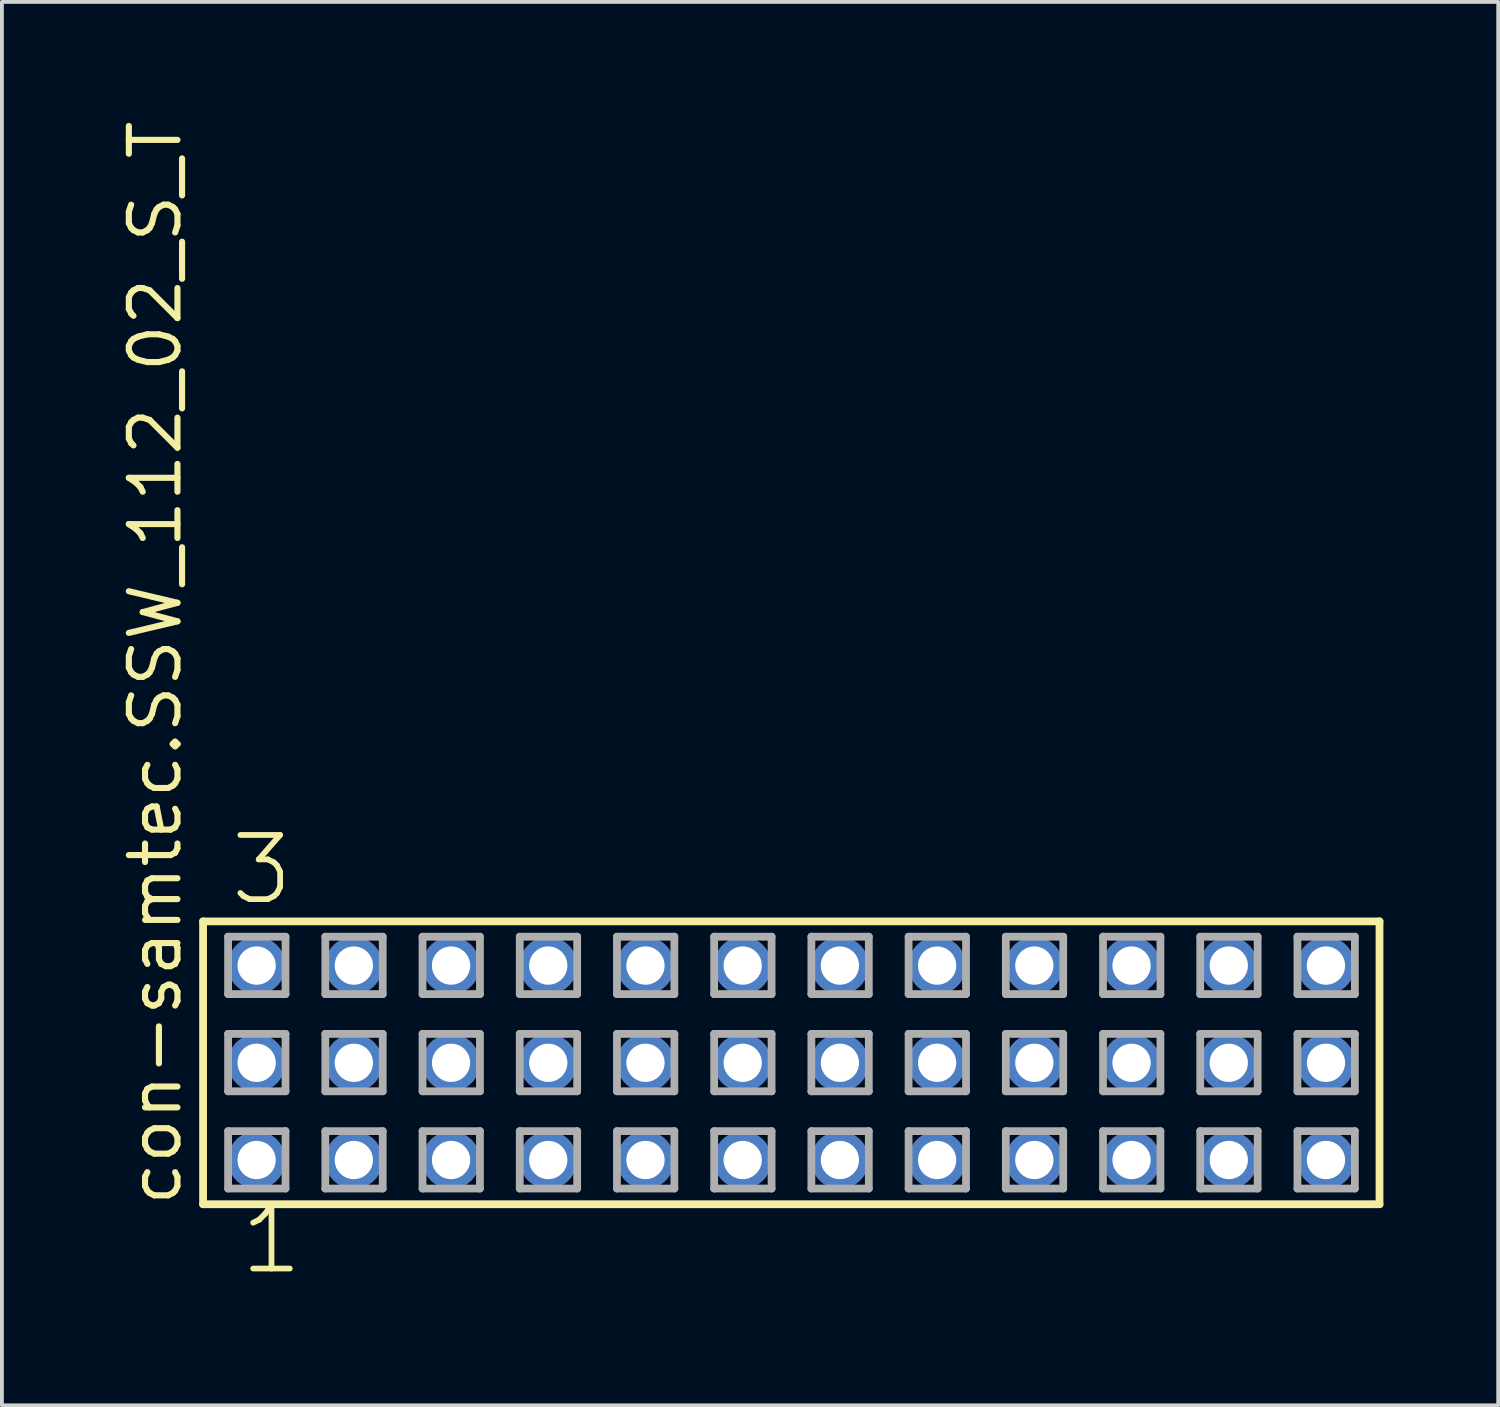
<source format=kicad_pcb>
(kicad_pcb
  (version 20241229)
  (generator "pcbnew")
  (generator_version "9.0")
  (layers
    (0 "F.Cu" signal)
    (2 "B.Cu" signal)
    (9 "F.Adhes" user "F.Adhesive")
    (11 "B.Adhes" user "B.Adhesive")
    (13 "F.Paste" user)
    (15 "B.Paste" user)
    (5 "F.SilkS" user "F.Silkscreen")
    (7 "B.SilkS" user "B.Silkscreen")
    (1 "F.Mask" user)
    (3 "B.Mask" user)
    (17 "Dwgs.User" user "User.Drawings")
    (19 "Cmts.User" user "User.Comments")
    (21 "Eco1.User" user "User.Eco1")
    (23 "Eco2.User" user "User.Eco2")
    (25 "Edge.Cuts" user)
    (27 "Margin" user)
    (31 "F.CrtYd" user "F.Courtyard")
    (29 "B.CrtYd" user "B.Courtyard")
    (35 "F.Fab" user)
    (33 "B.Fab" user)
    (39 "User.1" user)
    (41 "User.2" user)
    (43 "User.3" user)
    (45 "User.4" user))
  (footprint "con-samtec.SSW_112_02_S_T"
    (layer "F.Cu")
    (at 17.625 24.719)
    (property "Reference" "con-samtec.SSW_112_02_S_T" (at -15.875 3.81 90) (layer "F.SilkS") (effects (font (size 1.27 1.27) (thickness 0.16)) (justify left bottom)))
    (attr through_hole)
    (fp_line (start -15.369 -3.695) (end 15.369 -3.695) (stroke (width 0.203) (type default)) (layer "F.SilkS"))
    (fp_line (start -15.369 3.695) (end -15.369 -3.695) (stroke (width 0.203) (type default)) (layer "F.SilkS"))
    (fp_line (start 15.369 -3.695) (end 15.369 3.695) (stroke (width 0.203) (type default)) (layer "F.SilkS"))
    (fp_line (start 15.369 3.695) (end -15.369 3.695) (stroke (width 0.203) (type default)) (layer "F.SilkS"))
    (fp_line (start -14.715 -3.295) (end -13.215 -3.295) (stroke (width 0.203) (type default)) (layer "F.Fab"))
    (fp_line (start -14.715 -1.795) (end -14.715 -3.295) (stroke (width 0.203) (type default)) (layer "F.Fab"))
    (fp_line (start -14.715 -0.755) (end -13.215 -0.755) (stroke (width 0.203) (type default)) (layer "F.Fab"))
    (fp_line (start -14.715 0.745) (end -14.715 -0.755) (stroke (width 0.203) (type default)) (layer "F.Fab"))
    (fp_line (start -14.715 1.785) (end -13.215 1.785) (stroke (width 0.203) (type default)) (layer "F.Fab"))
    (fp_line (start -14.715 3.285) (end -14.715 1.785) (stroke (width 0.203) (type default)) (layer "F.Fab"))
    (fp_line (start -13.215 -3.295) (end -13.215 -1.795) (stroke (width 0.203) (type default)) (layer "F.Fab"))
    (fp_line (start -13.215 -1.795) (end -14.715 -1.795) (stroke (width 0.203) (type default)) (layer "F.Fab"))
    (fp_line (start -13.215 -0.755) (end -13.215 0.745) (stroke (width 0.203) (type default)) (layer "F.Fab"))
    (fp_line (start -13.215 0.745) (end -14.715 0.745) (stroke (width 0.203) (type default)) (layer "F.Fab"))
    (fp_line (start -13.215 1.785) (end -13.215 3.285) (stroke (width 0.203) (type default)) (layer "F.Fab"))
    (fp_line (start -13.215 3.285) (end -14.715 3.285) (stroke (width 0.203) (type default)) (layer "F.Fab"))
    (fp_line (start -12.175 -3.295) (end -10.675 -3.295) (stroke (width 0.203) (type default)) (layer "F.Fab"))
    (fp_line (start -12.175 -1.795) (end -12.175 -3.295) (stroke (width 0.203) (type default)) (layer "F.Fab"))
    (fp_line (start -12.175 -0.755) (end -10.675 -0.755) (stroke (width 0.203) (type default)) (layer "F.Fab"))
    (fp_line (start -12.175 0.745) (end -12.175 -0.755) (stroke (width 0.203) (type default)) (layer "F.Fab"))
    (fp_line (start -12.175 1.785) (end -10.675 1.785) (stroke (width 0.203) (type default)) (layer "F.Fab"))
    (fp_line (start -12.175 3.285) (end -12.175 1.785) (stroke (width 0.203) (type default)) (layer "F.Fab"))
    (fp_line (start -10.675 -3.295) (end -10.675 -1.795) (stroke (width 0.203) (type default)) (layer "F.Fab"))
    (fp_line (start -10.675 -1.795) (end -12.175 -1.795) (stroke (width 0.203) (type default)) (layer "F.Fab"))
    (fp_line (start -10.675 -0.755) (end -10.675 0.745) (stroke (width 0.203) (type default)) (layer "F.Fab"))
    (fp_line (start -10.675 0.745) (end -12.175 0.745) (stroke (width 0.203) (type default)) (layer "F.Fab"))
    (fp_line (start -10.675 1.785) (end -10.675 3.285) (stroke (width 0.203) (type default)) (layer "F.Fab"))
    (fp_line (start -10.675 3.285) (end -12.175 3.285) (stroke (width 0.203) (type default)) (layer "F.Fab"))
    (fp_line (start -9.635 -3.295) (end -8.135 -3.295) (stroke (width 0.203) (type default)) (layer "F.Fab"))
    (fp_line (start -9.635 -1.795) (end -9.635 -3.295) (stroke (width 0.203) (type default)) (layer "F.Fab"))
    (fp_line (start -9.635 -0.755) (end -8.135 -0.755) (stroke (width 0.203) (type default)) (layer "F.Fab"))
    (fp_line (start -9.635 0.745) (end -9.635 -0.755) (stroke (width 0.203) (type default)) (layer "F.Fab"))
    (fp_line (start -9.635 1.785) (end -8.135 1.785) (stroke (width 0.203) (type default)) (layer "F.Fab"))
    (fp_line (start -9.635 3.285) (end -9.635 1.785) (stroke (width 0.203) (type default)) (layer "F.Fab"))
    (fp_line (start -8.135 -3.295) (end -8.135 -1.795) (stroke (width 0.203) (type default)) (layer "F.Fab"))
    (fp_line (start -8.135 -1.795) (end -9.635 -1.795) (stroke (width 0.203) (type default)) (layer "F.Fab"))
    (fp_line (start -8.135 -0.755) (end -8.135 0.745) (stroke (width 0.203) (type default)) (layer "F.Fab"))
    (fp_line (start -8.135 0.745) (end -9.635 0.745) (stroke (width 0.203) (type default)) (layer "F.Fab"))
    (fp_line (start -8.135 1.785) (end -8.135 3.285) (stroke (width 0.203) (type default)) (layer "F.Fab"))
    (fp_line (start -8.135 3.285) (end -9.635 3.285) (stroke (width 0.203) (type default)) (layer "F.Fab"))
    (fp_line (start -7.095 -3.295) (end -5.595 -3.295) (stroke (width 0.203) (type default)) (layer "F.Fab"))
    (fp_line (start -7.095 -1.795) (end -7.095 -3.295) (stroke (width 0.203) (type default)) (layer "F.Fab"))
    (fp_line (start -7.095 -0.755) (end -5.595 -0.755) (stroke (width 0.203) (type default)) (layer "F.Fab"))
    (fp_line (start -7.095 0.745) (end -7.095 -0.755) (stroke (width 0.203) (type default)) (layer "F.Fab"))
    (fp_line (start -7.095 1.785) (end -5.595 1.785) (stroke (width 0.203) (type default)) (layer "F.Fab"))
    (fp_line (start -7.095 3.285) (end -7.095 1.785) (stroke (width 0.203) (type default)) (layer "F.Fab"))
    (fp_line (start -5.595 -3.295) (end -5.595 -1.795) (stroke (width 0.203) (type default)) (layer "F.Fab"))
    (fp_line (start -5.595 -1.795) (end -7.095 -1.795) (stroke (width 0.203) (type default)) (layer "F.Fab"))
    (fp_line (start -5.595 -0.755) (end -5.595 0.745) (stroke (width 0.203) (type default)) (layer "F.Fab"))
    (fp_line (start -5.595 0.745) (end -7.095 0.745) (stroke (width 0.203) (type default)) (layer "F.Fab"))
    (fp_line (start -5.595 1.785) (end -5.595 3.285) (stroke (width 0.203) (type default)) (layer "F.Fab"))
    (fp_line (start -5.595 3.285) (end -7.095 3.285) (stroke (width 0.203) (type default)) (layer "F.Fab"))
    (fp_line (start -4.555 -3.295) (end -3.055 -3.295) (stroke (width 0.203) (type default)) (layer "F.Fab"))
    (fp_line (start -4.555 -1.795) (end -4.555 -3.295) (stroke (width 0.203) (type default)) (layer "F.Fab"))
    (fp_line (start -4.555 -0.755) (end -3.055 -0.755) (stroke (width 0.203) (type default)) (layer "F.Fab"))
    (fp_line (start -4.555 0.745) (end -4.555 -0.755) (stroke (width 0.203) (type default)) (layer "F.Fab"))
    (fp_line (start -4.555 1.785) (end -3.055 1.785) (stroke (width 0.203) (type default)) (layer "F.Fab"))
    (fp_line (start -4.555 3.285) (end -4.555 1.785) (stroke (width 0.203) (type default)) (layer "F.Fab"))
    (fp_line (start -3.055 -3.295) (end -3.055 -1.795) (stroke (width 0.203) (type default)) (layer "F.Fab"))
    (fp_line (start -3.055 -1.795) (end -4.555 -1.795) (stroke (width 0.203) (type default)) (layer "F.Fab"))
    (fp_line (start -3.055 -0.755) (end -3.055 0.745) (stroke (width 0.203) (type default)) (layer "F.Fab"))
    (fp_line (start -3.055 0.745) (end -4.555 0.745) (stroke (width 0.203) (type default)) (layer "F.Fab"))
    (fp_line (start -3.055 1.785) (end -3.055 3.285) (stroke (width 0.203) (type default)) (layer "F.Fab"))
    (fp_line (start -3.055 3.285) (end -4.555 3.285) (stroke (width 0.203) (type default)) (layer "F.Fab"))
    (fp_line (start -2.015 -3.295) (end -0.515 -3.295) (stroke (width 0.203) (type default)) (layer "F.Fab"))
    (fp_line (start -2.015 -1.795) (end -2.015 -3.295) (stroke (width 0.203) (type default)) (layer "F.Fab"))
    (fp_line (start -2.015 -0.755) (end -0.515 -0.755) (stroke (width 0.203) (type default)) (layer "F.Fab"))
    (fp_line (start -2.015 0.745) (end -2.015 -0.755) (stroke (width 0.203) (type default)) (layer "F.Fab"))
    (fp_line (start -2.015 1.785) (end -0.515 1.785) (stroke (width 0.203) (type default)) (layer "F.Fab"))
    (fp_line (start -2.015 3.285) (end -2.015 1.785) (stroke (width 0.203) (type default)) (layer "F.Fab"))
    (fp_line (start -0.515 -3.295) (end -0.515 -1.795) (stroke (width 0.203) (type default)) (layer "F.Fab"))
    (fp_line (start -0.515 -1.795) (end -2.015 -1.795) (stroke (width 0.203) (type default)) (layer "F.Fab"))
    (fp_line (start -0.515 -0.755) (end -0.515 0.745) (stroke (width 0.203) (type default)) (layer "F.Fab"))
    (fp_line (start -0.515 0.745) (end -2.015 0.745) (stroke (width 0.203) (type default)) (layer "F.Fab"))
    (fp_line (start -0.515 1.785) (end -0.515 3.285) (stroke (width 0.203) (type default)) (layer "F.Fab"))
    (fp_line (start -0.515 3.285) (end -2.015 3.285) (stroke (width 0.203) (type default)) (layer "F.Fab"))
    (fp_line (start 0.525 -3.295) (end 2.025 -3.295) (stroke (width 0.203) (type default)) (layer "F.Fab"))
    (fp_line (start 0.525 -1.795) (end 0.525 -3.295) (stroke (width 0.203) (type default)) (layer "F.Fab"))
    (fp_line (start 0.525 -0.755) (end 2.025 -0.755) (stroke (width 0.203) (type default)) (layer "F.Fab"))
    (fp_line (start 0.525 0.745) (end 0.525 -0.755) (stroke (width 0.203) (type default)) (layer "F.Fab"))
    (fp_line (start 0.525 1.785) (end 2.025 1.785) (stroke (width 0.203) (type default)) (layer "F.Fab"))
    (fp_line (start 0.525 3.285) (end 0.525 1.785) (stroke (width 0.203) (type default)) (layer "F.Fab"))
    (fp_line (start 2.025 -3.295) (end 2.025 -1.795) (stroke (width 0.203) (type default)) (layer "F.Fab"))
    (fp_line (start 2.025 -1.795) (end 0.525 -1.795) (stroke (width 0.203) (type default)) (layer "F.Fab"))
    (fp_line (start 2.025 -0.755) (end 2.025 0.745) (stroke (width 0.203) (type default)) (layer "F.Fab"))
    (fp_line (start 2.025 0.745) (end 0.525 0.745) (stroke (width 0.203) (type default)) (layer "F.Fab"))
    (fp_line (start 2.025 1.785) (end 2.025 3.285) (stroke (width 0.203) (type default)) (layer "F.Fab"))
    (fp_line (start 2.025 3.285) (end 0.525 3.285) (stroke (width 0.203) (type default)) (layer "F.Fab"))
    (fp_line (start 3.065 -3.295) (end 4.565 -3.295) (stroke (width 0.203) (type default)) (layer "F.Fab"))
    (fp_line (start 3.065 -1.795) (end 3.065 -3.295) (stroke (width 0.203) (type default)) (layer "F.Fab"))
    (fp_line (start 3.065 -0.755) (end 4.565 -0.755) (stroke (width 0.203) (type default)) (layer "F.Fab"))
    (fp_line (start 3.065 0.745) (end 3.065 -0.755) (stroke (width 0.203) (type default)) (layer "F.Fab"))
    (fp_line (start 3.065 1.785) (end 4.565 1.785) (stroke (width 0.203) (type default)) (layer "F.Fab"))
    (fp_line (start 3.065 3.285) (end 3.065 1.785) (stroke (width 0.203) (type default)) (layer "F.Fab"))
    (fp_line (start 4.565 -3.295) (end 4.565 -1.795) (stroke (width 0.203) (type default)) (layer "F.Fab"))
    (fp_line (start 4.565 -1.795) (end 3.065 -1.795) (stroke (width 0.203) (type default)) (layer "F.Fab"))
    (fp_line (start 4.565 -0.755) (end 4.565 0.745) (stroke (width 0.203) (type default)) (layer "F.Fab"))
    (fp_line (start 4.565 0.745) (end 3.065 0.745) (stroke (width 0.203) (type default)) (layer "F.Fab"))
    (fp_line (start 4.565 1.785) (end 4.565 3.285) (stroke (width 0.203) (type default)) (layer "F.Fab"))
    (fp_line (start 4.565 3.285) (end 3.065 3.285) (stroke (width 0.203) (type default)) (layer "F.Fab"))
    (fp_line (start 5.605 -3.295) (end 7.105 -3.295) (stroke (width 0.203) (type default)) (layer "F.Fab"))
    (fp_line (start 5.605 -1.795) (end 5.605 -3.295) (stroke (width 0.203) (type default)) (layer "F.Fab"))
    (fp_line (start 5.605 -0.755) (end 7.105 -0.755) (stroke (width 0.203) (type default)) (layer "F.Fab"))
    (fp_line (start 5.605 0.745) (end 5.605 -0.755) (stroke (width 0.203) (type default)) (layer "F.Fab"))
    (fp_line (start 5.605 1.785) (end 7.105 1.785) (stroke (width 0.203) (type default)) (layer "F.Fab"))
    (fp_line (start 5.605 3.285) (end 5.605 1.785) (stroke (width 0.203) (type default)) (layer "F.Fab"))
    (fp_line (start 7.105 -3.295) (end 7.105 -1.795) (stroke (width 0.203) (type default)) (layer "F.Fab"))
    (fp_line (start 7.105 -1.795) (end 5.605 -1.795) (stroke (width 0.203) (type default)) (layer "F.Fab"))
    (fp_line (start 7.105 -0.755) (end 7.105 0.745) (stroke (width 0.203) (type default)) (layer "F.Fab"))
    (fp_line (start 7.105 0.745) (end 5.605 0.745) (stroke (width 0.203) (type default)) (layer "F.Fab"))
    (fp_line (start 7.105 1.785) (end 7.105 3.285) (stroke (width 0.203) (type default)) (layer "F.Fab"))
    (fp_line (start 7.105 3.285) (end 5.605 3.285) (stroke (width 0.203) (type default)) (layer "F.Fab"))
    (fp_line (start 8.145 -3.295) (end 9.645 -3.295) (stroke (width 0.203) (type default)) (layer "F.Fab"))
    (fp_line (start 8.145 -1.795) (end 8.145 -3.295) (stroke (width 0.203) (type default)) (layer "F.Fab"))
    (fp_line (start 8.145 -0.755) (end 9.645 -0.755) (stroke (width 0.203) (type default)) (layer "F.Fab"))
    (fp_line (start 8.145 0.745) (end 8.145 -0.755) (stroke (width 0.203) (type default)) (layer "F.Fab"))
    (fp_line (start 8.145 1.785) (end 9.645 1.785) (stroke (width 0.203) (type default)) (layer "F.Fab"))
    (fp_line (start 8.145 3.285) (end 8.145 1.785) (stroke (width 0.203) (type default)) (layer "F.Fab"))
    (fp_line (start 9.645 -3.295) (end 9.645 -1.795) (stroke (width 0.203) (type default)) (layer "F.Fab"))
    (fp_line (start 9.645 -1.795) (end 8.145 -1.795) (stroke (width 0.203) (type default)) (layer "F.Fab"))
    (fp_line (start 9.645 -0.755) (end 9.645 0.745) (stroke (width 0.203) (type default)) (layer "F.Fab"))
    (fp_line (start 9.645 0.745) (end 8.145 0.745) (stroke (width 0.203) (type default)) (layer "F.Fab"))
    (fp_line (start 9.645 1.785) (end 9.645 3.285) (stroke (width 0.203) (type default)) (layer "F.Fab"))
    (fp_line (start 9.645 3.285) (end 8.145 3.285) (stroke (width 0.203) (type default)) (layer "F.Fab"))
    (fp_line (start 10.685 -3.295) (end 12.185 -3.295) (stroke (width 0.203) (type default)) (layer "F.Fab"))
    (fp_line (start 10.685 -1.795) (end 10.685 -3.295) (stroke (width 0.203) (type default)) (layer "F.Fab"))
    (fp_line (start 10.685 -0.755) (end 12.185 -0.755) (stroke (width 0.203) (type default)) (layer "F.Fab"))
    (fp_line (start 10.685 0.745) (end 10.685 -0.755) (stroke (width 0.203) (type default)) (layer "F.Fab"))
    (fp_line (start 10.685 1.785) (end 12.185 1.785) (stroke (width 0.203) (type default)) (layer "F.Fab"))
    (fp_line (start 10.685 3.285) (end 10.685 1.785) (stroke (width 0.203) (type default)) (layer "F.Fab"))
    (fp_line (start 12.185 -3.295) (end 12.185 -1.795) (stroke (width 0.203) (type default)) (layer "F.Fab"))
    (fp_line (start 12.185 -1.795) (end 10.685 -1.795) (stroke (width 0.203) (type default)) (layer "F.Fab"))
    (fp_line (start 12.185 -0.755) (end 12.185 0.745) (stroke (width 0.203) (type default)) (layer "F.Fab"))
    (fp_line (start 12.185 0.745) (end 10.685 0.745) (stroke (width 0.203) (type default)) (layer "F.Fab"))
    (fp_line (start 12.185 1.785) (end 12.185 3.285) (stroke (width 0.203) (type default)) (layer "F.Fab"))
    (fp_line (start 12.185 3.285) (end 10.685 3.285) (stroke (width 0.203) (type default)) (layer "F.Fab"))
    (fp_line (start 13.225 -3.295) (end 14.725 -3.295) (stroke (width 0.203) (type default)) (layer "F.Fab"))
    (fp_line (start 13.225 -1.795) (end 13.225 -3.295) (stroke (width 0.203) (type default)) (layer "F.Fab"))
    (fp_line (start 13.225 -0.755) (end 14.725 -0.755) (stroke (width 0.203) (type default)) (layer "F.Fab"))
    (fp_line (start 13.225 0.745) (end 13.225 -0.755) (stroke (width 0.203) (type default)) (layer "F.Fab"))
    (fp_line (start 13.225 1.785) (end 14.725 1.785) (stroke (width 0.203) (type default)) (layer "F.Fab"))
    (fp_line (start 13.225 3.285) (end 13.225 1.785) (stroke (width 0.203) (type default)) (layer "F.Fab"))
    (fp_line (start 14.725 -3.295) (end 14.725 -1.795) (stroke (width 0.203) (type default)) (layer "F.Fab"))
    (fp_line (start 14.725 -1.795) (end 13.225 -1.795) (stroke (width 0.203) (type default)) (layer "F.Fab"))
    (fp_line (start 14.725 -0.755) (end 14.725 0.745) (stroke (width 0.203) (type default)) (layer "F.Fab"))
    (fp_line (start 14.725 0.745) (end 13.225 0.745) (stroke (width 0.203) (type default)) (layer "F.Fab"))
    (fp_line (start 14.725 1.785) (end 14.725 3.285) (stroke (width 0.203) (type default)) (layer "F.Fab"))
    (fp_line (start 14.725 3.285) (end 13.225 3.285) (stroke (width 0.203) (type default)) (layer "F.Fab"))
    (fp_text user "3" (at -14.732 -4.064 0) (layer "F.SilkS") (effects (font (size 1.676 1.676) (thickness 0.15)) (justify left bottom)))
    (fp_text user "1" (at -14.478 5.588 0) (layer "F.SilkS") (effects (font (size 1.676 1.676) (thickness 0.15)) (justify left bottom)))
    (pad "1" thru_hole circle (at -13.97 2.54) (size 1.5 1.5) (drill 1) (layers "*.Cu" "*.Mask"))
    (pad "2" thru_hole circle (at -13.97 0) (size 1.5 1.5) (drill 1) (layers "*.Cu" "*.Mask"))
    (pad "3" thru_hole circle (at -13.97 -2.54) (size 1.5 1.5) (drill 1) (layers "*.Cu" "*.Mask"))
    (pad "4" thru_hole circle (at -11.43 2.54) (size 1.5 1.5) (drill 1) (layers "*.Cu" "*.Mask"))
    (pad "5" thru_hole circle (at -11.43 0) (size 1.5 1.5) (drill 1) (layers "*.Cu" "*.Mask"))
    (pad "6" thru_hole circle (at -11.43 -2.54) (size 1.5 1.5) (drill 1) (layers "*.Cu" "*.Mask"))
    (pad "7" thru_hole circle (at -8.89 2.54) (size 1.5 1.5) (drill 1) (layers "*.Cu" "*.Mask"))
    (pad "8" thru_hole circle (at -8.89 0) (size 1.5 1.5) (drill 1) (layers "*.Cu" "*.Mask"))
    (pad "9" thru_hole circle (at -8.89 -2.54) (size 1.5 1.5) (drill 1) (layers "*.Cu" "*.Mask"))
    (pad "10" thru_hole circle (at -6.35 2.54) (size 1.5 1.5) (drill 1) (layers "*.Cu" "*.Mask"))
    (pad "11" thru_hole circle (at -6.35 0) (size 1.5 1.5) (drill 1) (layers "*.Cu" "*.Mask"))
    (pad "12" thru_hole circle (at -6.35 -2.54) (size 1.5 1.5) (drill 1) (layers "*.Cu" "*.Mask"))
    (pad "13" thru_hole circle (at -3.81 2.54) (size 1.5 1.5) (drill 1) (layers "*.Cu" "*.Mask"))
    (pad "14" thru_hole circle (at -3.81 0) (size 1.5 1.5) (drill 1) (layers "*.Cu" "*.Mask"))
    (pad "15" thru_hole circle (at -3.81 -2.54) (size 1.5 1.5) (drill 1) (layers "*.Cu" "*.Mask"))
    (pad "16" thru_hole circle (at -1.27 2.54) (size 1.5 1.5) (drill 1) (layers "*.Cu" "*.Mask"))
    (pad "17" thru_hole circle (at -1.27 0) (size 1.5 1.5) (drill 1) (layers "*.Cu" "*.Mask"))
    (pad "18" thru_hole circle (at -1.27 -2.54) (size 1.5 1.5) (drill 1) (layers "*.Cu" "*.Mask"))
    (pad "19" thru_hole circle (at 1.27 2.54) (size 1.5 1.5) (drill 1) (layers "*.Cu" "*.Mask"))
    (pad "20" thru_hole circle (at 1.27 0) (size 1.5 1.5) (drill 1) (layers "*.Cu" "*.Mask"))
    (pad "21" thru_hole circle (at 1.27 -2.54) (size 1.5 1.5) (drill 1) (layers "*.Cu" "*.Mask"))
    (pad "22" thru_hole circle (at 3.81 2.54) (size 1.5 1.5) (drill 1) (layers "*.Cu" "*.Mask"))
    (pad "23" thru_hole circle (at 3.81 0) (size 1.5 1.5) (drill 1) (layers "*.Cu" "*.Mask"))
    (pad "24" thru_hole circle (at 3.81 -2.54) (size 1.5 1.5) (drill 1) (layers "*.Cu" "*.Mask"))
    (pad "25" thru_hole circle (at 6.35 2.54) (size 1.5 1.5) (drill 1) (layers "*.Cu" "*.Mask"))
    (pad "26" thru_hole circle (at 6.35 0) (size 1.5 1.5) (drill 1) (layers "*.Cu" "*.Mask"))
    (pad "27" thru_hole circle (at 6.35 -2.54) (size 1.5 1.5) (drill 1) (layers "*.Cu" "*.Mask"))
    (pad "28" thru_hole circle (at 8.89 2.54) (size 1.5 1.5) (drill 1) (layers "*.Cu" "*.Mask"))
    (pad "29" thru_hole circle (at 8.89 0) (size 1.5 1.5) (drill 1) (layers "*.Cu" "*.Mask"))
    (pad "30" thru_hole circle (at 8.89 -2.54) (size 1.5 1.5) (drill 1) (layers "*.Cu" "*.Mask"))
    (pad "31" thru_hole circle (at 11.43 2.54) (size 1.5 1.5) (drill 1) (layers "*.Cu" "*.Mask"))
    (pad "32" thru_hole circle (at 11.43 0) (size 1.5 1.5) (drill 1) (layers "*.Cu" "*.Mask"))
    (pad "33" thru_hole circle (at 11.43 -2.54) (size 1.5 1.5) (drill 1) (layers "*.Cu" "*.Mask"))
    (pad "34" thru_hole circle (at 13.97 2.54) (size 1.5 1.5) (drill 1) (layers "*.Cu" "*.Mask"))
    (pad "35" thru_hole circle (at 13.97 0) (size 1.5 1.5) (drill 1) (layers "*.Cu" "*.Mask"))
    (pad "36" thru_hole circle (at 13.97 -2.54) (size 1.5 1.5) (drill 1) (layers "*.Cu" "*.Mask")))
  (gr_rect
    (start -3 -3)
    (end 36.096 33.668)
    (stroke (width 0.1) (type default))
    (fill no)
    (layer "Edge.Cuts")))
</source>
